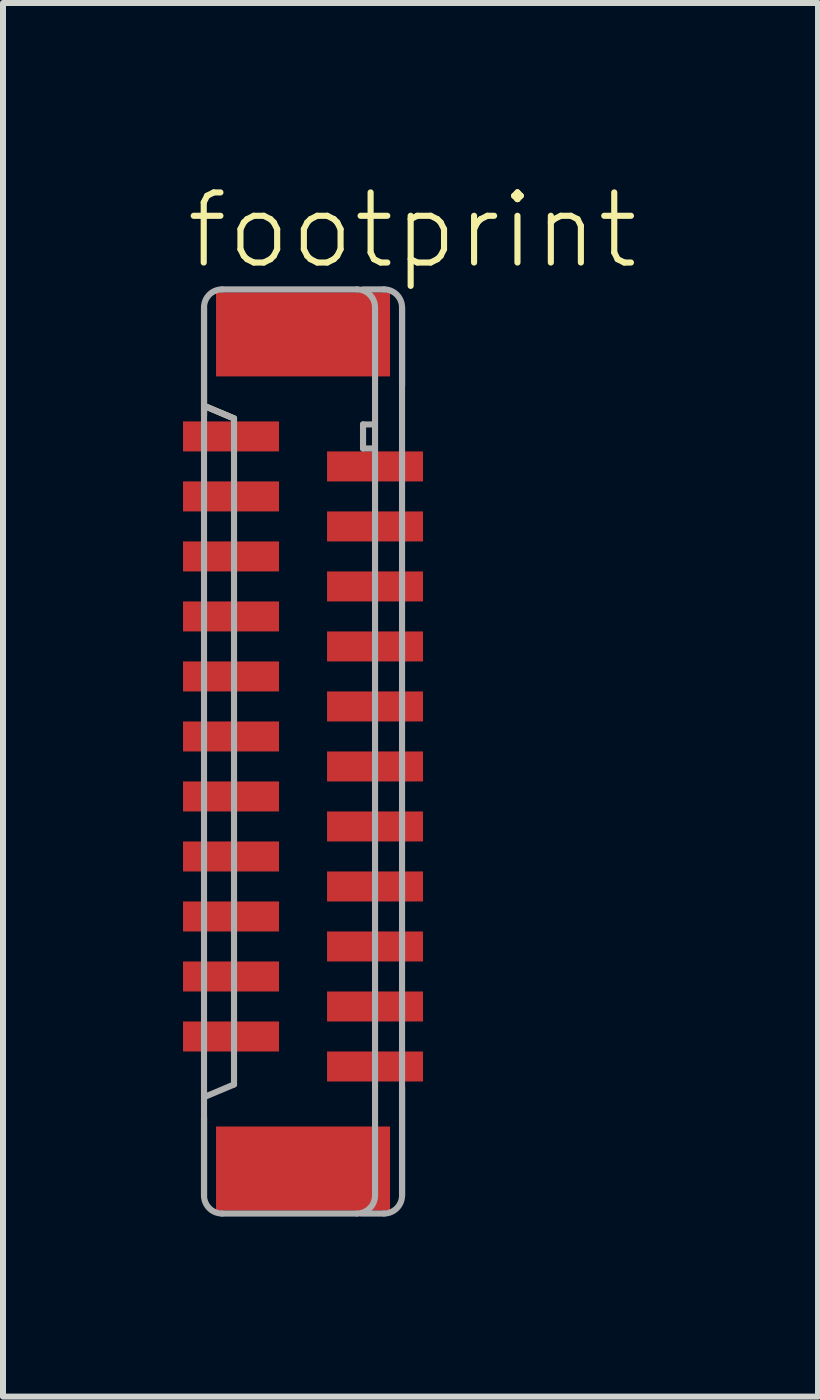
<source format=kicad_pcb>
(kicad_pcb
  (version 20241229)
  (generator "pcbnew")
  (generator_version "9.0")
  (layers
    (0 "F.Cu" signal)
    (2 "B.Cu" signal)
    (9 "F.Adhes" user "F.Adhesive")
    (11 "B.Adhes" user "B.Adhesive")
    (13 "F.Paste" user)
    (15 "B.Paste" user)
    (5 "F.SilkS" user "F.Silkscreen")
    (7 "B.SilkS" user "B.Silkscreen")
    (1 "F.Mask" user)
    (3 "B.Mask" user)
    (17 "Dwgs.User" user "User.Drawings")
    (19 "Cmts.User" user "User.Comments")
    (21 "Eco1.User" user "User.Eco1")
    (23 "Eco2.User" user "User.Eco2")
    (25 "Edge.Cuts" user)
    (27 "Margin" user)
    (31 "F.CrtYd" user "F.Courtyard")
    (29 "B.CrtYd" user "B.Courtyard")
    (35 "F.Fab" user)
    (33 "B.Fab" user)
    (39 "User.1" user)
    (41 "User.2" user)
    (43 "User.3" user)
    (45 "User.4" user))
  (footprint "footprint"
    (layer "F.Cu")
    (at 2 9.473)
    (property "Reference" "footprint" (at -2 -8 0) (layer "F.SilkS") (effects (font (size 1.168 1.168) (thickness 0.102)) (justify left bottom)))
    (fp_line (start -1.65 -7.4) (end -1.65 -5.6) (stroke (width 0.102) (type solid)) (layer "F.SilkS"))
    (fp_line (start -1.65 6.1) (end -1.65 7.4) (stroke (width 0.102) (type solid)) (layer "F.SilkS"))
    (fp_line (start -1.625 -5.75) (end -1.15 -5.55) (stroke (width 0.102) (type solid)) (layer "F.SilkS"))
    (fp_line (start 1.65 -6.1) (end 1.65 -7.4) (stroke (width 0.102) (type solid)) (layer "F.SilkS"))
    (fp_line (start 1.65 7.4) (end 1.65 5.6) (stroke (width 0.102) (type solid)) (layer "F.SilkS"))
    (fp_line (start -1.65 -7.4) (end -1.65 7.4) (stroke (width 0.102) (type solid)) (layer "F.Fab"))
    (fp_line (start -1.625 -5.75) (end -1.15 -5.55) (stroke (width 0.102) (type solid)) (layer "F.Fab"))
    (fp_line (start -1.35 7.7) (end 0.9 7.7) (stroke (width 0.102) (type solid)) (layer "F.Fab"))
    (fp_line (start -1.15 -5.55) (end -1.15 5.55) (stroke (width 0.102) (type solid)) (layer "F.Fab"))
    (fp_line (start -1.15 5.55) (end -1.625 5.75) (stroke (width 0.102) (type solid)) (layer "F.Fab"))
    (fp_line (start 0.9 -7.7) (end -1.35 -7.7) (stroke (width 0.102) (type solid)) (layer "F.Fab"))
    (fp_line (start 0.975 7.7) (end 1.35 7.7) (stroke (width 0.102) (type solid)) (layer "F.Fab"))
    (fp_line (start 1 -7.7) (end 1.35 -7.7) (stroke (width 0.102) (type solid)) (layer "F.Fab"))
    (fp_line (start 1 -5.45) (end 1 -5.05) (stroke (width 0.102) (type solid)) (layer "F.Fab"))
    (fp_line (start 1 -5.05) (end 1.15 -5.05) (stroke (width 0.102) (type solid)) (layer "F.Fab"))
    (fp_line (start 1.15 -5.45) (end 1 -5.45) (stroke (width 0.102) (type solid)) (layer "F.Fab"))
    (fp_line (start 1.2 7.4) (end 1.2 -7.4) (stroke (width 0.102) (type solid)) (layer "F.Fab"))
    (fp_line (start 1.65 7.4) (end 1.65 -7.4) (stroke (width 0.102) (type solid)) (layer "F.Fab"))
    (fp_arc (start -1.65 -7.4) (mid -1.562132 -7.612132) (end -1.35 -7.7) (stroke (width 0.1016) (type solid)) (layer "F.Fab"))
    (fp_arc (start -1.35 7.7) (mid -1.562132 7.612132) (end -1.65 7.4) (stroke (width 0.1016) (type solid)) (layer "F.Fab"))
    (fp_arc (start 0.9 -7.7) (mid 1.112132 -7.612132) (end 1.2 -7.4) (stroke (width 0.1016) (type solid)) (layer "F.Fab"))
    (fp_arc (start 1.2 7.4) (mid 1.112132 7.612132) (end 0.9 7.7) (stroke (width 0.1016) (type solid)) (layer "F.Fab"))
    (fp_arc (start 1.35 -7.7) (mid 1.562132 -7.612132) (end 1.65 -7.4) (stroke (width 0.1016) (type solid)) (layer "F.Fab"))
    (fp_arc (start 1.65 7.4) (mid 1.562132 7.612132) (end 1.35 7.7) (stroke (width 0.1016) (type solid)) (layer "F.Fab"))
    (pad "1" smd rect (at -1.2 -5.25 270) (size 0.5 1.6) (layers "F.Cu" "F.Mask" "F.Paste"))
    (pad "2" smd rect (at 1.2 -4.75 90) (size 0.5 1.6) (layers "F.Cu" "F.Mask" "F.Paste"))
    (pad "3" smd rect (at -1.2 -4.25 270) (size 0.5 1.6) (layers "F.Cu" "F.Mask" "F.Paste"))
    (pad "4" smd rect (at 1.2 -3.75 90) (size 0.5 1.6) (layers "F.Cu" "F.Mask" "F.Paste"))
    (pad "5" smd rect (at -1.2 -3.25 270) (size 0.5 1.6) (layers "F.Cu" "F.Mask" "F.Paste"))
    (pad "6" smd rect (at 1.2 -2.75 90) (size 0.5 1.6) (layers "F.Cu" "F.Mask" "F.Paste"))
    (pad "7" smd rect (at -1.2 -2.25 270) (size 0.5 1.6) (layers "F.Cu" "F.Mask" "F.Paste"))
    (pad "8" smd rect (at 1.2 -1.75 90) (size 0.5 1.6) (layers "F.Cu" "F.Mask" "F.Paste"))
    (pad "9" smd rect (at -1.2 -1.25 270) (size 0.5 1.6) (layers "F.Cu" "F.Mask" "F.Paste"))
    (pad "10" smd rect (at 1.2 -0.75 90) (size 0.5 1.6) (layers "F.Cu" "F.Mask" "F.Paste"))
    (pad "11" smd rect (at -1.2 -0.25 270) (size 0.5 1.6) (layers "F.Cu" "F.Mask" "F.Paste"))
    (pad "12" smd rect (at 1.2 0.25 90) (size 0.5 1.6) (layers "F.Cu" "F.Mask" "F.Paste"))
    (pad "13" smd rect (at -1.2 0.75 270) (size 0.5 1.6) (layers "F.Cu" "F.Mask" "F.Paste"))
    (pad "14" smd rect (at 1.2 1.25 90) (size 0.5 1.6) (layers "F.Cu" "F.Mask" "F.Paste"))
    (pad "15" smd rect (at -1.2 1.75 270) (size 0.5 1.6) (layers "F.Cu" "F.Mask" "F.Paste"))
    (pad "16" smd rect (at 1.2 2.25 90) (size 0.5 1.6) (layers "F.Cu" "F.Mask" "F.Paste"))
    (pad "17" smd rect (at -1.2 2.75 270) (size 0.5 1.6) (layers "F.Cu" "F.Mask" "F.Paste"))
    (pad "18" smd rect (at 1.2 3.25 90) (size 0.5 1.6) (layers "F.Cu" "F.Mask" "F.Paste"))
    (pad "19" smd rect (at -1.2 3.75 270) (size 0.5 1.6) (layers "F.Cu" "F.Mask" "F.Paste"))
    (pad "20" smd rect (at 1.2 4.25 90) (size 0.5 1.6) (layers "F.Cu" "F.Mask" "F.Paste"))
    (pad "21" smd rect (at -1.2 4.75 270) (size 0.5 1.6) (layers "F.Cu" "F.Mask" "F.Paste"))
    (pad "22" smd rect (at 1.2 5.25 90) (size 0.5 1.6) (layers "F.Cu" "F.Mask" "F.Paste"))
    (pad "M1" smd rect (at 0 -6.95 270) (size 1.4 2.9) (layers "F.Cu" "F.Mask" "F.Paste"))
    (pad "M2" smd rect (at 0 6.95 270) (size 1.4 2.9) (layers "F.Cu" "F.Mask" "F.Paste")))
  (gr_rect
    (start -3 -3)
    (end 10.582 20.224)
    (stroke (width 0.1) (type default))
    (fill no)
    (layer "Edge.Cuts")))
</source>
